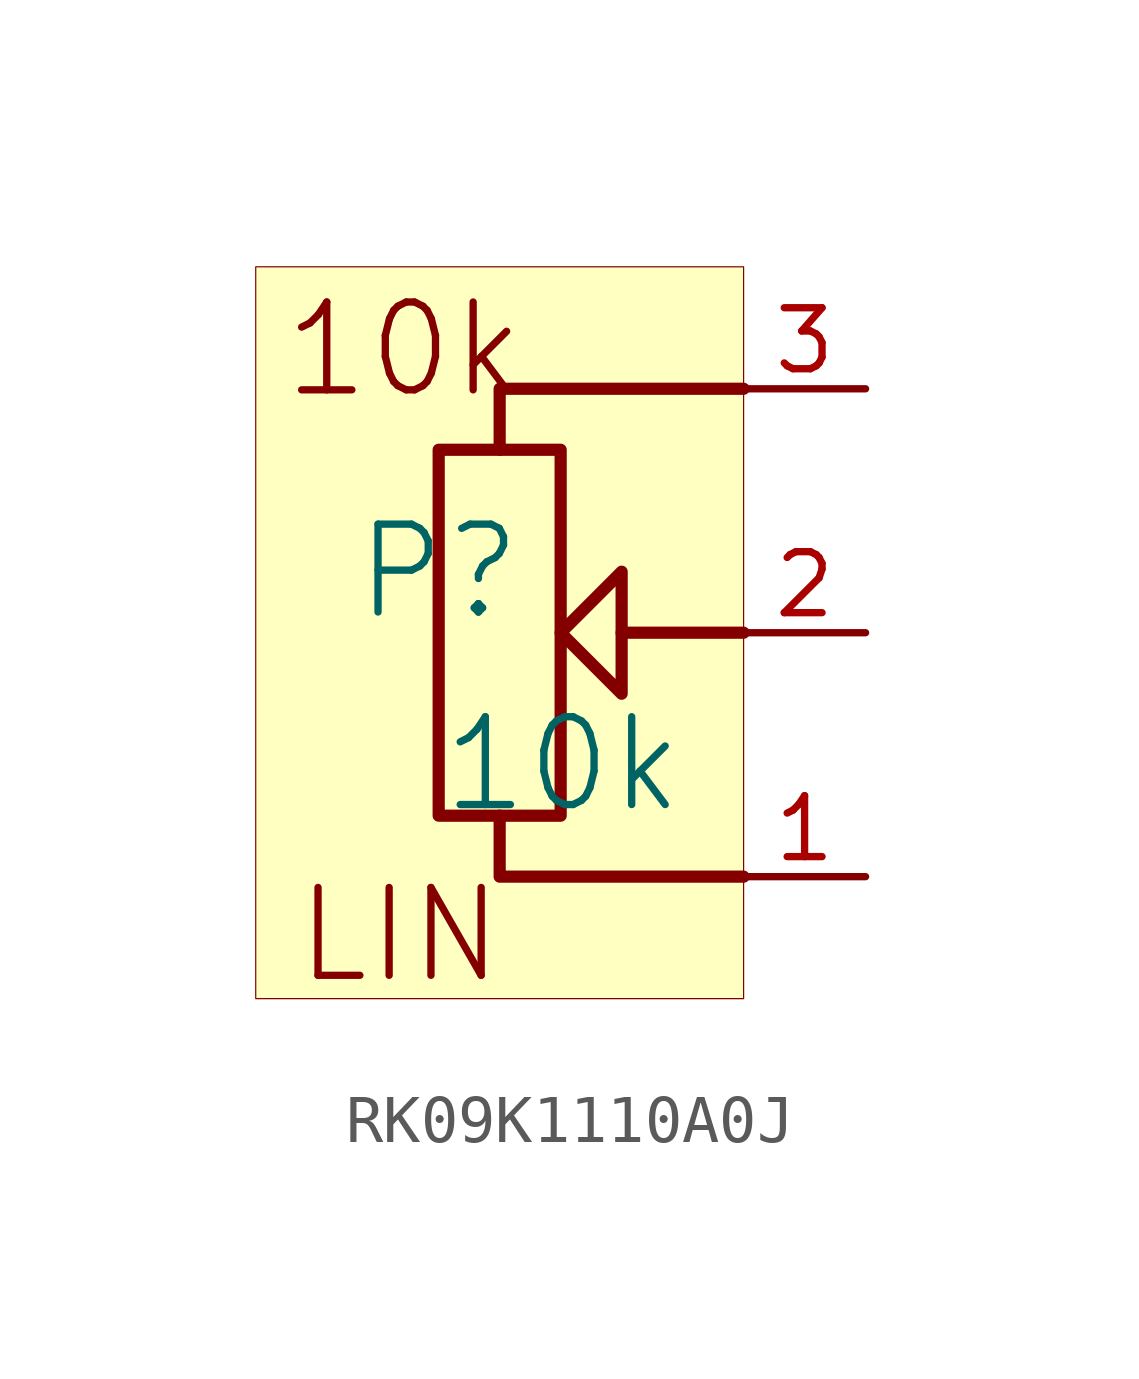
<source format=kicad_sym>
(kicad_symbol_lib
  (version 20231120)
  (generator "kicad_symbol_editor")
  (generator_version "8.0")
  (symbol "RK09K1110A0J"
    (property "Reference" "P"
      (at -1.27 1.27 0)
      (effects (font (size 1.829 1.829))))
    (property "Value" "10k"
      (at -1.27 -3.81 0)
      (effects (font (size 1.829 1.829)) (justify left bottom)))
    (symbol "RK09K1110A0J_1_0"
      (polyline (pts (xy 5.08 0) (xy 2.54 0)) (stroke (width 0.254) (type solid)) (fill (type none)))
      (polyline (pts (xy 5.08 -5.08) (xy 0 -5.08) (xy 0 -3.81)) (stroke (width 0.254) (type solid)) (fill (type none)))
      (polyline (pts (xy 5.08 5.08) (xy 0 5.08) (xy 0 3.81)) (stroke (width 0.254) (type solid)) (fill (type none)))
      (polyline (pts (xy -1.27 3.81) (xy 1.27 3.81) (xy 1.27 -3.81) (xy -1.27 -3.81) (xy -1.27 3.81)) (stroke (width 0.254) (type solid)) (fill (type none)))
      (polyline (pts (xy 2.54 0) (xy 2.54 1.27) (xy 1.27 0) (xy 2.54 -1.27) (xy 2.54 0)) (stroke (width 0.254) (type solid)) (fill (type none)))
      (rectangle (start 5.08 7.62) (end -5.08 -7.62) (stroke (width 0.025) (type solid) (color 128 0 0 1)) (fill (type background)))
      (text "10k" (at -4.572 4.826 0) (effects (font (size 1.829 1.829)) (justify left bottom)))
      (text "LIN" (at -4.318 -7.366 0) (effects (font (size 1.829 1.829)) (justify left bottom)))
      (pin passive line (at 7.62 -5.08 180) (length 2.54) (name "1" (effects (font (size 0 0)))) (number "1" (effects (font (size 1.27 1.27)))))
      (pin passive line (at 7.62 0 180) (length 2.54) (name "2" (effects (font (size 0 0)))) (number "2" (effects (font (size 1.27 1.27)))))
      (pin passive line (at 7.62 5.08 180) (length 2.54) (name "3" (effects (font (size 0 0)))) (number "3" (effects (font (size 1.27 1.27))))))))
</source>
